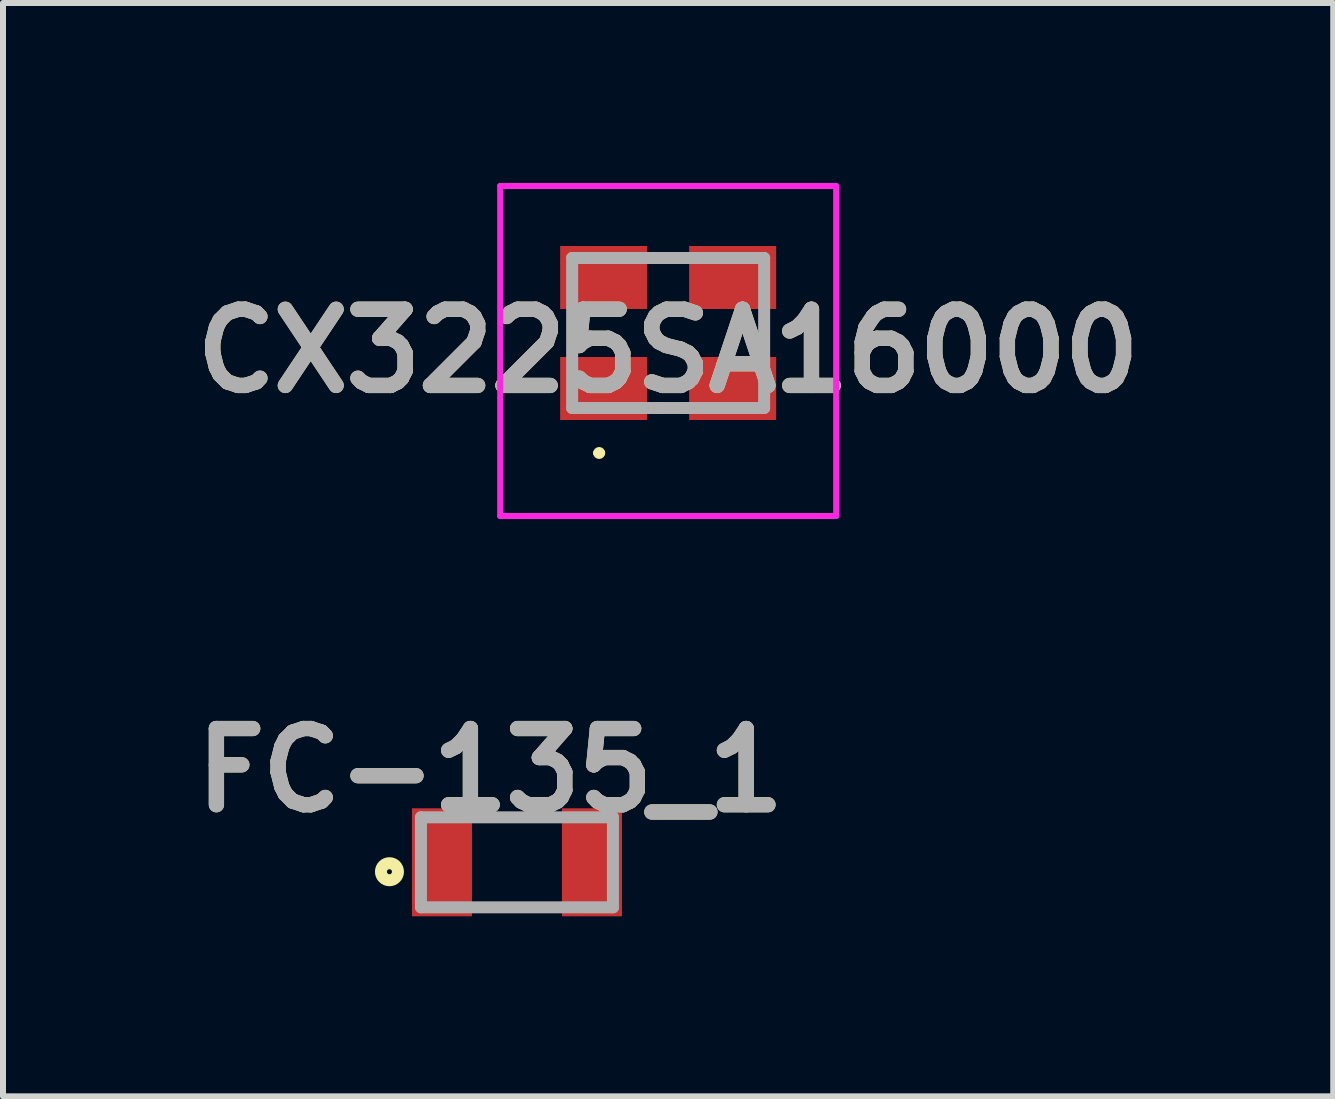
<source format=kicad_pcb>
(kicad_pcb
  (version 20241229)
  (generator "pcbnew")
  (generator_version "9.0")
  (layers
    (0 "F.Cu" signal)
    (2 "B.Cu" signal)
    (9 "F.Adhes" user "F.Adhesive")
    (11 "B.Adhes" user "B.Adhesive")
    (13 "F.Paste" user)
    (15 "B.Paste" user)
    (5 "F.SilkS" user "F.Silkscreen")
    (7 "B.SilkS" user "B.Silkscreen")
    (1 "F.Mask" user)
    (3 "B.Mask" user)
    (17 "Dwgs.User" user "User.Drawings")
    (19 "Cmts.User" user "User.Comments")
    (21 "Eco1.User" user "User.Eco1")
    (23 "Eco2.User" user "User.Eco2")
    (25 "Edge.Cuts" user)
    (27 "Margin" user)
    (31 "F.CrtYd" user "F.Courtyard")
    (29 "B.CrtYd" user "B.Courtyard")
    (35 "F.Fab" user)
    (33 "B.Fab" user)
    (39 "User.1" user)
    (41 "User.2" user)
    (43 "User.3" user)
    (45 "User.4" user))
  (footprint "FC-135_1"
    (layer "F.Cu")
    (at 5.566 11.322)
    (property "Reference" "FC-135_1" (at -0.443 -1.534 0) (layer "F.SilkS") (effects (font (size 1.27 1.27) (thickness 0.254))))
    (attr smd)
    (fp_circle (center -2.125 0.157) (end -2.125 0.299) (stroke (width 0.2) (type solid)) (fill no) (layer "F.SilkS"))
    (fp_line (start -1.6 -0.75) (end 1.6 -0.75) (stroke (width 0.2) (type solid)) (layer "F.Fab"))
    (fp_line (start -1.6 0.75) (end -1.6 -0.75) (stroke (width 0.2) (type solid)) (layer "F.Fab"))
    (fp_line (start 1.6 -0.75) (end 1.6 0.75) (stroke (width 0.2) (type solid)) (layer "F.Fab"))
    (fp_line (start 1.6 0.75) (end -1.6 0.75) (stroke (width 0.2) (type solid)) (layer "F.Fab"))
    (fp_text user "${REFERENCE}" (at -0.443 -1.534 0) (layer "F.Fab") (effects (font (size 1.27 1.27) (thickness 0.254))))
    (pad "1" smd rect (at -1.25 0) (size 1 1.8) (layers "F.Cu" "F.Mask" "F.Paste"))
    (pad "2" smd rect (at 1.25 0) (size 1 1.8) (layers "F.Cu" "F.Mask" "F.Paste")))
  (footprint "CX3225SA16000"
    (layer "F.Cu")
    (at 8.086 2.5)
    (property "Reference" "CX3225SA16000" (at 0 0.3 0) (layer "F.SilkS") (effects (font (size 1.27 1.27) (thickness 0.254))))
    (attr smd)
    (fp_line (start -1.2 2) (end -1.2 2) (stroke (width 0.1) (type solid)) (layer "F.SilkS"))
    (fp_line (start -1.1 2) (end -1.1 2) (stroke (width 0.1) (type solid)) (layer "F.SilkS"))
    (fp_arc (start -1.2 2) (mid -1.15 1.95) (end -1.1 2) (stroke (width 0.1) (type solid)) (layer "F.SilkS"))
    (fp_arc (start -1.1 2) (mid -1.15 2.05) (end -1.2 2) (stroke (width 0.1) (type solid)) (layer "F.SilkS"))
    (fp_line (start -2.8 -2.45) (end 2.8 -2.45) (stroke (width 0.1) (type solid)) (layer "F.CrtYd"))
    (fp_line (start -2.8 3.05) (end -2.8 -2.45) (stroke (width 0.1) (type solid)) (layer "F.CrtYd"))
    (fp_line (start 2.8 -2.45) (end 2.8 3.05) (stroke (width 0.1) (type solid)) (layer "F.CrtYd"))
    (fp_line (start 2.8 3.05) (end -2.8 3.05) (stroke (width 0.1) (type solid)) (layer "F.CrtYd"))
    (fp_line (start -1.6 -1.25) (end 1.6 -1.25) (stroke (width 0.2) (type solid)) (layer "F.Fab"))
    (fp_line (start -1.6 1.25) (end -1.6 -1.25) (stroke (width 0.2) (type solid)) (layer "F.Fab"))
    (fp_line (start 1.6 -1.25) (end 1.6 1.25) (stroke (width 0.2) (type solid)) (layer "F.Fab"))
    (fp_line (start 1.6 1.25) (end -1.6 1.25) (stroke (width 0.2) (type solid)) (layer "F.Fab"))
    (fp_text user "${REFERENCE}" (at 0 0.3 0) (layer "F.Fab") (effects (font (size 1.27 1.27) (thickness 0.254))))
    (pad "1" smd rect (at -1.075 0.925 90) (size 1.05 1.45) (layers "F.Cu" "F.Mask" "F.Paste"))
    (pad "2" smd rect (at 1.075 0.925 90) (size 1.05 1.45) (layers "F.Cu" "F.Mask" "F.Paste"))
    (pad "3" smd rect (at 1.075 -0.925 90) (size 1.05 1.45) (layers "F.Cu" "F.Mask" "F.Paste"))
    (pad "4" smd rect (at -1.075 -0.925 90) (size 1.05 1.45) (layers "F.Cu" "F.Mask" "F.Paste")))
  (gr_rect
    (start -3 -3)
    (end 19.171 15.222)
    (stroke (width 0.1) (type default))
    (fill no)
    (layer "Edge.Cuts")))
</source>
